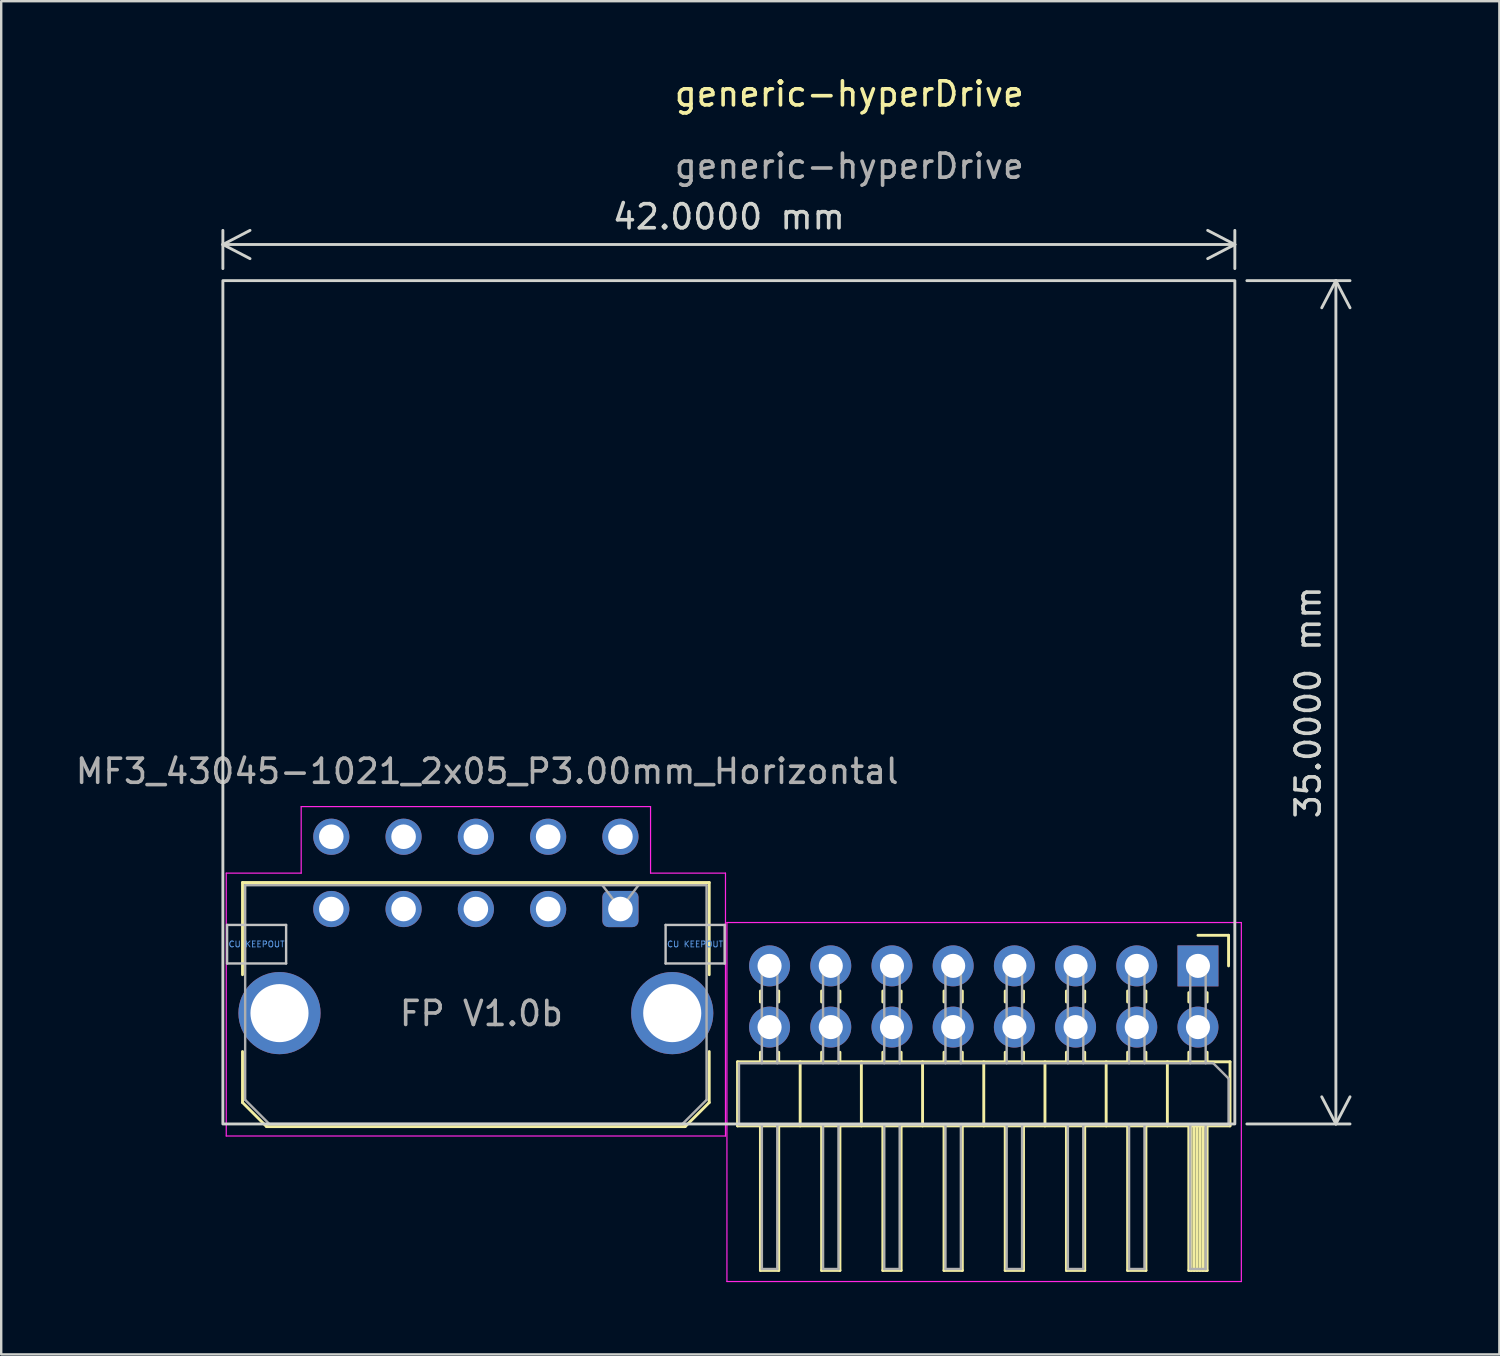
<source format=kicad_pcb>
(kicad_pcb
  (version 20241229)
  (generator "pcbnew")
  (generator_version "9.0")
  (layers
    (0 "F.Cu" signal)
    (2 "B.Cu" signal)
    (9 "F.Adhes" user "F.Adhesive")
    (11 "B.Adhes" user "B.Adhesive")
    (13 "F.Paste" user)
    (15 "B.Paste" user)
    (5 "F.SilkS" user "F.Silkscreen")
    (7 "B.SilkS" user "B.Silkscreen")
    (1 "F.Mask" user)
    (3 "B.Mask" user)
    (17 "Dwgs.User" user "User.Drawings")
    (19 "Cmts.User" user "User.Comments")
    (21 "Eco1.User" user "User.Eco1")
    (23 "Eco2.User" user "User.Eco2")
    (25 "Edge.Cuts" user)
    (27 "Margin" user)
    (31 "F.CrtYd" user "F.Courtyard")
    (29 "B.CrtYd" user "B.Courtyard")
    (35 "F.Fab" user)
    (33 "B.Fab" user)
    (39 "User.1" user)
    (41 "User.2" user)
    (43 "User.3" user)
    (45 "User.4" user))
  (footprint "generic-hyperDrive"
    (layer "F.Cu")
    (at 32.2 1.348)
    (property "Reference" "generic-hyperDrive" (at 0 -0.5 0) (unlocked yes) (layer "F.SilkS") (effects (font (size 1 1) (thickness 0.15))))
    (attr through_hole)
    (fp_line (start -25.185 32.23) (end -25.185 36.055) (stroke (width 0.12) (type solid)) (layer "F.SilkS"))
    (fp_line (start -25.185 41.36) (end -25.185 39.245) (stroke (width 0.12) (type solid)) (layer "F.SilkS"))
    (fp_line (start -24.185 42.36) (end -25.185 41.36) (stroke (width 0.12) (type solid)) (layer "F.SilkS"))
    (fp_line (start -6.815 42.36) (end -24.185 42.36) (stroke (width 0.12) (type solid)) (layer "F.SilkS"))
    (fp_line (start -5.815 32.23) (end -25.185 32.23) (stroke (width 0.12) (type solid)) (layer "F.SilkS"))
    (fp_line (start -5.815 36.055) (end -5.815 32.23) (stroke (width 0.12) (type solid)) (layer "F.SilkS"))
    (fp_line (start -5.815 39.245) (end -5.815 41.36) (stroke (width 0.12) (type solid)) (layer "F.SilkS"))
    (fp_line (start -5.815 41.36) (end -6.815 42.36) (stroke (width 0.12) (type solid)) (layer "F.SilkS"))
    (fp_line (start -4.64 39.67) (end -4.64 42.33) (stroke (width 0.12) (type solid)) (layer "F.SilkS"))
    (fp_line (start -4.64 42.33) (end 15.8 42.33) (stroke (width 0.12) (type solid)) (layer "F.SilkS"))
    (fp_line (start -3.69 36.733) (end -3.69 37.187) (stroke (width 0.12) (type solid)) (layer "F.SilkS"))
    (fp_line (start -3.69 39.273) (end -3.69 39.67) (stroke (width 0.12) (type solid)) (layer "F.SilkS"))
    (fp_line (start -3.69 48.33) (end -3.69 42.33) (stroke (width 0.12) (type solid)) (layer "F.SilkS"))
    (fp_line (start -2.93 36.733) (end -2.93 37.187) (stroke (width 0.12) (type solid)) (layer "F.SilkS"))
    (fp_line (start -2.93 39.273) (end -2.93 39.67) (stroke (width 0.12) (type solid)) (layer "F.SilkS"))
    (fp_line (start -2.93 42.33) (end -2.93 48.33) (stroke (width 0.12) (type solid)) (layer "F.SilkS"))
    (fp_line (start -2.93 48.33) (end -3.69 48.33) (stroke (width 0.12) (type solid)) (layer "F.SilkS"))
    (fp_line (start -2.04 39.67) (end -2.04 42.33) (stroke (width 0.12) (type solid)) (layer "F.SilkS"))
    (fp_line (start -1.15 36.733) (end -1.15 37.187) (stroke (width 0.12) (type solid)) (layer "F.SilkS"))
    (fp_line (start -1.15 39.273) (end -1.15 39.67) (stroke (width 0.12) (type solid)) (layer "F.SilkS"))
    (fp_line (start -1.15 48.33) (end -1.15 42.33) (stroke (width 0.12) (type solid)) (layer "F.SilkS"))
    (fp_line (start -0.39 36.733) (end -0.39 37.187) (stroke (width 0.12) (type solid)) (layer "F.SilkS"))
    (fp_line (start -0.39 39.273) (end -0.39 39.67) (stroke (width 0.12) (type solid)) (layer "F.SilkS"))
    (fp_line (start -0.39 42.33) (end -0.39 48.33) (stroke (width 0.12) (type solid)) (layer "F.SilkS"))
    (fp_line (start -0.39 48.33) (end -1.15 48.33) (stroke (width 0.12) (type solid)) (layer "F.SilkS"))
    (fp_line (start 0.5 39.67) (end 0.5 42.33) (stroke (width 0.12) (type solid)) (layer "F.SilkS"))
    (fp_line (start 1.39 36.733) (end 1.39 37.187) (stroke (width 0.12) (type solid)) (layer "F.SilkS"))
    (fp_line (start 1.39 39.273) (end 1.39 39.67) (stroke (width 0.12) (type solid)) (layer "F.SilkS"))
    (fp_line (start 1.39 48.33) (end 1.39 42.33) (stroke (width 0.12) (type solid)) (layer "F.SilkS"))
    (fp_line (start 2.15 36.733) (end 2.15 37.187) (stroke (width 0.12) (type solid)) (layer "F.SilkS"))
    (fp_line (start 2.15 39.273) (end 2.15 39.67) (stroke (width 0.12) (type solid)) (layer "F.SilkS"))
    (fp_line (start 2.15 42.33) (end 2.15 48.33) (stroke (width 0.12) (type solid)) (layer "F.SilkS"))
    (fp_line (start 2.15 48.33) (end 1.39 48.33) (stroke (width 0.12) (type solid)) (layer "F.SilkS"))
    (fp_line (start 3.04 39.67) (end 3.04 42.33) (stroke (width 0.12) (type solid)) (layer "F.SilkS"))
    (fp_line (start 3.93 36.733) (end 3.93 37.187) (stroke (width 0.12) (type solid)) (layer "F.SilkS"))
    (fp_line (start 3.93 39.273) (end 3.93 39.67) (stroke (width 0.12) (type solid)) (layer "F.SilkS"))
    (fp_line (start 3.93 48.33) (end 3.93 42.33) (stroke (width 0.12) (type solid)) (layer "F.SilkS"))
    (fp_line (start 4.69 36.733) (end 4.69 37.187) (stroke (width 0.12) (type solid)) (layer "F.SilkS"))
    (fp_line (start 4.69 39.273) (end 4.69 39.67) (stroke (width 0.12) (type solid)) (layer "F.SilkS"))
    (fp_line (start 4.69 42.33) (end 4.69 48.33) (stroke (width 0.12) (type solid)) (layer "F.SilkS"))
    (fp_line (start 4.69 48.33) (end 3.93 48.33) (stroke (width 0.12) (type solid)) (layer "F.SilkS"))
    (fp_line (start 5.58 39.67) (end 5.58 42.33) (stroke (width 0.12) (type solid)) (layer "F.SilkS"))
    (fp_line (start 6.47 36.733) (end 6.47 37.187) (stroke (width 0.12) (type solid)) (layer "F.SilkS"))
    (fp_line (start 6.47 39.273) (end 6.47 39.67) (stroke (width 0.12) (type solid)) (layer "F.SilkS"))
    (fp_line (start 6.47 48.33) (end 6.47 42.33) (stroke (width 0.12) (type solid)) (layer "F.SilkS"))
    (fp_line (start 7.23 36.733) (end 7.23 37.187) (stroke (width 0.12) (type solid)) (layer "F.SilkS"))
    (fp_line (start 7.23 39.273) (end 7.23 39.67) (stroke (width 0.12) (type solid)) (layer "F.SilkS"))
    (fp_line (start 7.23 42.33) (end 7.23 48.33) (stroke (width 0.12) (type solid)) (layer "F.SilkS"))
    (fp_line (start 7.23 48.33) (end 6.47 48.33) (stroke (width 0.12) (type solid)) (layer "F.SilkS"))
    (fp_line (start 8.12 39.67) (end 8.12 42.33) (stroke (width 0.12) (type solid)) (layer "F.SilkS"))
    (fp_line (start 9.01 36.733) (end 9.01 37.187) (stroke (width 0.12) (type solid)) (layer "F.SilkS"))
    (fp_line (start 9.01 39.273) (end 9.01 39.67) (stroke (width 0.12) (type solid)) (layer "F.SilkS"))
    (fp_line (start 9.01 48.33) (end 9.01 42.33) (stroke (width 0.12) (type solid)) (layer "F.SilkS"))
    (fp_line (start 9.77 36.733) (end 9.77 37.187) (stroke (width 0.12) (type solid)) (layer "F.SilkS"))
    (fp_line (start 9.77 39.273) (end 9.77 39.67) (stroke (width 0.12) (type solid)) (layer "F.SilkS"))
    (fp_line (start 9.77 42.33) (end 9.77 48.33) (stroke (width 0.12) (type solid)) (layer "F.SilkS"))
    (fp_line (start 9.77 48.33) (end 9.01 48.33) (stroke (width 0.12) (type solid)) (layer "F.SilkS"))
    (fp_line (start 10.66 39.67) (end 10.66 42.33) (stroke (width 0.12) (type solid)) (layer "F.SilkS"))
    (fp_line (start 11.55 36.733) (end 11.55 37.187) (stroke (width 0.12) (type solid)) (layer "F.SilkS"))
    (fp_line (start 11.55 39.273) (end 11.55 39.67) (stroke (width 0.12) (type solid)) (layer "F.SilkS"))
    (fp_line (start 11.55 48.33) (end 11.55 42.33) (stroke (width 0.12) (type solid)) (layer "F.SilkS"))
    (fp_line (start 12.31 36.733) (end 12.31 37.187) (stroke (width 0.12) (type solid)) (layer "F.SilkS"))
    (fp_line (start 12.31 39.273) (end 12.31 39.67) (stroke (width 0.12) (type solid)) (layer "F.SilkS"))
    (fp_line (start 12.31 42.33) (end 12.31 48.33) (stroke (width 0.12) (type solid)) (layer "F.SilkS"))
    (fp_line (start 12.31 48.33) (end 11.55 48.33) (stroke (width 0.12) (type solid)) (layer "F.SilkS"))
    (fp_line (start 13.2 39.67) (end 13.2 42.33) (stroke (width 0.12) (type solid)) (layer "F.SilkS"))
    (fp_line (start 14.09 36.8) (end 14.09 37.187) (stroke (width 0.12) (type solid)) (layer "F.SilkS"))
    (fp_line (start 14.09 39.273) (end 14.09 39.67) (stroke (width 0.12) (type solid)) (layer "F.SilkS"))
    (fp_line (start 14.09 48.33) (end 14.09 42.33) (stroke (width 0.12) (type solid)) (layer "F.SilkS"))
    (fp_line (start 14.19 42.33) (end 14.19 48.33) (stroke (width 0.12) (type solid)) (layer "F.SilkS"))
    (fp_line (start 14.31 42.33) (end 14.31 48.33) (stroke (width 0.12) (type solid)) (layer "F.SilkS"))
    (fp_line (start 14.43 42.33) (end 14.43 48.33) (stroke (width 0.12) (type solid)) (layer "F.SilkS"))
    (fp_line (start 14.47 34.42) (end 15.74 34.42) (stroke (width 0.12) (type solid)) (layer "F.SilkS"))
    (fp_line (start 14.55 42.33) (end 14.55 48.33) (stroke (width 0.12) (type solid)) (layer "F.SilkS"))
    (fp_line (start 14.67 42.33) (end 14.67 48.33) (stroke (width 0.12) (type solid)) (layer "F.SilkS"))
    (fp_line (start 14.79 42.33) (end 14.79 48.33) (stroke (width 0.12) (type solid)) (layer "F.SilkS"))
    (fp_line (start 14.85 36.8) (end 14.85 37.187) (stroke (width 0.12) (type solid)) (layer "F.SilkS"))
    (fp_line (start 14.85 39.273) (end 14.85 39.67) (stroke (width 0.12) (type solid)) (layer "F.SilkS"))
    (fp_line (start 14.85 42.33) (end 14.85 48.33) (stroke (width 0.12) (type solid)) (layer "F.SilkS"))
    (fp_line (start 14.85 48.33) (end 14.09 48.33) (stroke (width 0.12) (type solid)) (layer "F.SilkS"))
    (fp_line (start 15.74 34.42) (end 15.74 35.69) (stroke (width 0.12) (type solid)) (layer "F.SilkS"))
    (fp_line (start 15.8 39.67) (end -4.64 39.67) (stroke (width 0.12) (type solid)) (layer "F.SilkS"))
    (fp_line (start 15.8 42.33) (end 15.8 39.67) (stroke (width 0.12) (type solid)) (layer "F.SilkS"))
    (fp_line (start -25.825 33.99) (end -25.825 35.59) (stroke (width 0.1) (type solid)) (layer "Dwgs.User"))
    (fp_line (start -25.825 35.59) (end -23.375 35.59) (stroke (width 0.1) (type solid)) (layer "Dwgs.User"))
    (fp_line (start -23.375 33.99) (end -25.825 33.99) (stroke (width 0.1) (type solid)) (layer "Dwgs.User"))
    (fp_line (start -23.375 35.59) (end -23.375 33.99) (stroke (width 0.1) (type solid)) (layer "Dwgs.User"))
    (fp_line (start -7.625 33.99) (end -7.625 35.59) (stroke (width 0.1) (type solid)) (layer "Dwgs.User"))
    (fp_line (start -7.625 35.59) (end -5.175 35.59) (stroke (width 0.1) (type solid)) (layer "Dwgs.User"))
    (fp_line (start -5.175 33.99) (end -7.625 33.99) (stroke (width 0.1) (type solid)) (layer "Dwgs.User"))
    (fp_line (start -5.175 35.59) (end -5.175 33.99) (stroke (width 0.1) (type solid)) (layer "Dwgs.User"))
    (fp_rect (start -26 7.25) (end 16 42.25) (stroke (width 0.12) (type default)) (fill no) (layer "Edge.Cuts"))
    (fp_line (start -25.86 31.84) (end -22.75 31.84) (stroke (width 0.05) (type solid)) (layer "F.CrtYd"))
    (fp_line (start -25.86 42.75) (end -25.86 31.84) (stroke (width 0.05) (type solid)) (layer "F.CrtYd"))
    (fp_line (start -22.75 29.08) (end -8.25 29.08) (stroke (width 0.05) (type solid)) (layer "F.CrtYd"))
    (fp_line (start -22.75 31.84) (end -22.75 29.08) (stroke (width 0.05) (type solid)) (layer "F.CrtYd"))
    (fp_line (start -8.25 29.08) (end -8.25 31.84) (stroke (width 0.05) (type solid)) (layer "F.CrtYd"))
    (fp_line (start -8.25 31.84) (end -5.14 31.84) (stroke (width 0.05) (type solid)) (layer "F.CrtYd"))
    (fp_line (start -5.14 31.84) (end -5.14 42.75) (stroke (width 0.05) (type solid)) (layer "F.CrtYd"))
    (fp_line (start -5.14 42.75) (end -25.86 42.75) (stroke (width 0.05) (type solid)) (layer "F.CrtYd"))
    (fp_line (start -5.08 33.89) (end -5.08 48.79) (stroke (width 0.05) (type solid)) (layer "F.CrtYd"))
    (fp_line (start -5.08 48.79) (end 16.27 48.79) (stroke (width 0.05) (type solid)) (layer "F.CrtYd"))
    (fp_line (start 16.27 33.89) (end -5.08 33.89) (stroke (width 0.05) (type solid)) (layer "F.CrtYd"))
    (fp_line (start 16.27 48.79) (end 16.27 33.89) (stroke (width 0.05) (type solid)) (layer "F.CrtYd"))
    (fp_line (start -25.075 32.34) (end -5.925 32.34) (stroke (width 0.1) (type solid)) (layer "F.Fab"))
    (fp_line (start -25.075 41.25) (end -25.075 32.34) (stroke (width 0.1) (type solid)) (layer "F.Fab"))
    (fp_line (start -24.075 42.25) (end -25.075 41.25) (stroke (width 0.1) (type solid)) (layer "F.Fab"))
    (fp_line (start -9.5 33.33) (end -10.25 32.34) (stroke (width 0.1) (type solid)) (layer "F.Fab"))
    (fp_line (start -8.75 32.34) (end -9.5 33.33) (stroke (width 0.1) (type solid)) (layer "F.Fab"))
    (fp_line (start -6.925 42.25) (end -24.075 42.25) (stroke (width 0.1) (type solid)) (layer "F.Fab"))
    (fp_line (start -5.925 32.34) (end -5.925 41.25) (stroke (width 0.1) (type solid)) (layer "F.Fab"))
    (fp_line (start -5.925 41.25) (end -6.925 42.25) (stroke (width 0.1) (type solid)) (layer "F.Fab"))
    (fp_line (start -4.58 39.73) (end 15.105 39.73) (stroke (width 0.1) (type solid)) (layer "F.Fab"))
    (fp_line (start -4.58 42.27) (end -4.58 39.73) (stroke (width 0.1) (type solid)) (layer "F.Fab"))
    (fp_line (start -3.63 35.37) (end -3.63 39.73) (stroke (width 0.1) (type solid)) (layer "F.Fab"))
    (fp_line (start -3.63 42.27) (end -3.63 48.27) (stroke (width 0.1) (type solid)) (layer "F.Fab"))
    (fp_line (start -2.99 35.37) (end -3.63 35.37) (stroke (width 0.1) (type solid)) (layer "F.Fab"))
    (fp_line (start -2.99 35.37) (end -2.99 39.73) (stroke (width 0.1) (type solid)) (layer "F.Fab"))
    (fp_line (start -2.99 42.27) (end -2.99 48.27) (stroke (width 0.1) (type solid)) (layer "F.Fab"))
    (fp_line (start -2.99 48.27) (end -3.63 48.27) (stroke (width 0.1) (type solid)) (layer "F.Fab"))
    (fp_line (start -1.09 35.37) (end -1.09 39.73) (stroke (width 0.1) (type solid)) (layer "F.Fab"))
    (fp_line (start -1.09 42.27) (end -1.09 48.27) (stroke (width 0.1) (type solid)) (layer "F.Fab"))
    (fp_line (start -0.45 35.37) (end -1.09 35.37) (stroke (width 0.1) (type solid)) (layer "F.Fab"))
    (fp_line (start -0.45 35.37) (end -0.45 39.73) (stroke (width 0.1) (type solid)) (layer "F.Fab"))
    (fp_line (start -0.45 42.27) (end -0.45 48.27) (stroke (width 0.1) (type solid)) (layer "F.Fab"))
    (fp_line (start -0.45 48.27) (end -1.09 48.27) (stroke (width 0.1) (type solid)) (layer "F.Fab"))
    (fp_line (start 1.45 35.37) (end 1.45 39.73) (stroke (width 0.1) (type solid)) (layer "F.Fab"))
    (fp_line (start 1.45 42.27) (end 1.45 48.27) (stroke (width 0.1) (type solid)) (layer "F.Fab"))
    (fp_line (start 2.09 35.37) (end 1.45 35.37) (stroke (width 0.1) (type solid)) (layer "F.Fab"))
    (fp_line (start 2.09 35.37) (end 2.09 39.73) (stroke (width 0.1) (type solid)) (layer "F.Fab"))
    (fp_line (start 2.09 42.27) (end 2.09 48.27) (stroke (width 0.1) (type solid)) (layer "F.Fab"))
    (fp_line (start 2.09 48.27) (end 1.45 48.27) (stroke (width 0.1) (type solid)) (layer "F.Fab"))
    (fp_line (start 3.99 35.37) (end 3.99 39.73) (stroke (width 0.1) (type solid)) (layer "F.Fab"))
    (fp_line (start 3.99 42.27) (end 3.99 48.27) (stroke (width 0.1) (type solid)) (layer "F.Fab"))
    (fp_line (start 4.63 35.37) (end 3.99 35.37) (stroke (width 0.1) (type solid)) (layer "F.Fab"))
    (fp_line (start 4.63 35.37) (end 4.63 39.73) (stroke (width 0.1) (type solid)) (layer "F.Fab"))
    (fp_line (start 4.63 42.27) (end 4.63 48.27) (stroke (width 0.1) (type solid)) (layer "F.Fab"))
    (fp_line (start 4.63 48.27) (end 3.99 48.27) (stroke (width 0.1) (type solid)) (layer "F.Fab"))
    (fp_line (start 6.53 35.37) (end 6.53 39.73) (stroke (width 0.1) (type solid)) (layer "F.Fab"))
    (fp_line (start 6.53 42.27) (end 6.53 48.27) (stroke (width 0.1) (type solid)) (layer "F.Fab"))
    (fp_line (start 7.17 35.37) (end 6.53 35.37) (stroke (width 0.1) (type solid)) (layer "F.Fab"))
    (fp_line (start 7.17 35.37) (end 7.17 39.73) (stroke (width 0.1) (type solid)) (layer "F.Fab"))
    (fp_line (start 7.17 42.27) (end 7.17 48.27) (stroke (width 0.1) (type solid)) (layer "F.Fab"))
    (fp_line (start 7.17 48.27) (end 6.53 48.27) (stroke (width 0.1) (type solid)) (layer "F.Fab"))
    (fp_line (start 9.07 35.37) (end 9.07 39.73) (stroke (width 0.1) (type solid)) (layer "F.Fab"))
    (fp_line (start 9.07 42.27) (end 9.07 48.27) (stroke (width 0.1) (type solid)) (layer "F.Fab"))
    (fp_line (start 9.71 35.37) (end 9.07 35.37) (stroke (width 0.1) (type solid)) (layer "F.Fab"))
    (fp_line (start 9.71 35.37) (end 9.71 39.73) (stroke (width 0.1) (type solid)) (layer "F.Fab"))
    (fp_line (start 9.71 42.27) (end 9.71 48.27) (stroke (width 0.1) (type solid)) (layer "F.Fab"))
    (fp_line (start 9.71 48.27) (end 9.07 48.27) (stroke (width 0.1) (type solid)) (layer "F.Fab"))
    (fp_line (start 11.61 35.37) (end 11.61 39.73) (stroke (width 0.1) (type solid)) (layer "F.Fab"))
    (fp_line (start 11.61 42.27) (end 11.61 48.27) (stroke (width 0.1) (type solid)) (layer "F.Fab"))
    (fp_line (start 12.25 35.37) (end 11.61 35.37) (stroke (width 0.1) (type solid)) (layer "F.Fab"))
    (fp_line (start 12.25 35.37) (end 12.25 39.73) (stroke (width 0.1) (type solid)) (layer "F.Fab"))
    (fp_line (start 12.25 42.27) (end 12.25 48.27) (stroke (width 0.1) (type solid)) (layer "F.Fab"))
    (fp_line (start 12.25 48.27) (end 11.61 48.27) (stroke (width 0.1) (type solid)) (layer "F.Fab"))
    (fp_line (start 14.15 35.37) (end 14.15 39.73) (stroke (width 0.1) (type solid)) (layer "F.Fab"))
    (fp_line (start 14.15 42.27) (end 14.15 48.27) (stroke (width 0.1) (type solid)) (layer "F.Fab"))
    (fp_line (start 14.79 35.37) (end 14.15 35.37) (stroke (width 0.1) (type solid)) (layer "F.Fab"))
    (fp_line (start 14.79 35.37) (end 14.79 39.73) (stroke (width 0.1) (type solid)) (layer "F.Fab"))
    (fp_line (start 14.79 42.27) (end 14.79 48.27) (stroke (width 0.1) (type solid)) (layer "F.Fab"))
    (fp_line (start 14.79 48.27) (end 14.15 48.27) (stroke (width 0.1) (type solid)) (layer "F.Fab"))
    (fp_line (start 15.105 39.73) (end 15.74 40.365) (stroke (width 0.1) (type solid)) (layer "F.Fab"))
    (fp_line (start 15.74 40.365) (end 15.74 42.27) (stroke (width 0.1) (type solid)) (layer "F.Fab"))
    (fp_line (start 15.74 42.27) (end -4.58 42.27) (stroke (width 0.1) (type solid)) (layer "F.Fab"))
    (fp_text user "CU KEEPOUT" (at -24.6 34.79 180) (layer "Cmts.User") (effects (font (size 0.245 0.245) (thickness 0.037))))
    (fp_text user "CU KEEPOUT" (at -6.4 34.79 180) (layer "Cmts.User") (effects (font (size 0.245 0.245) (thickness 0.037))))
    (fp_text user "MF3_43045-1021_2x05_P3.00mm_Horizontal" (at -32.2 28.2 0) (unlocked yes) (layer "F.Fab") (effects (font (size 1 1) (thickness 0.15)) (justify left bottom)))
    (fp_text user "${REFERENCE}" (at 0 2.5 0) (unlocked yes) (layer "F.Fab") (effects (font (size 1 1) (thickness 0.15))))
    (fp_text user "FP V1.0b" (at -18.75 38.25 0) (unlocked yes) (layer "F.Fab") (effects (font (size 1 1) (thickness 0.15)) (justify left bottom)))
    (dimension (type aligned) (layer "Edge.Cuts") (pts (xy 6.2 8.598) (xy 48.2 8.598)) (height -1.5) (format (prefix "") (suffix "") (units 3) (units_format 1) (precision 4)) (style (thickness 0.12) (arrow_length 1.27) (text_position_mode 0) (arrow_direction outward) (extension_height 0.586) (extension_offset 0.5) (keep_text_aligned yes)) (gr_text "42.0000 mm" (at 27.2 5.948 0) (layer "Edge.Cuts") (effects (font (size 1 1) (thickness 0.15)))))
    (dimension (type aligned) (layer "Edge.Cuts") (pts (xy 48.2 43.598) (xy 48.2 8.598)) (height 4.194) (format (prefix "") (suffix "") (units 3) (units_format 1) (precision 4)) (style (thickness 0.12) (arrow_length 1.27) (text_position_mode 0) (arrow_direction outward) (extension_height 0.586) (extension_offset 0.5) (keep_text_aligned yes)) (gr_text "35.0000 mm" (at 51.244 26.098 90) (layer "Edge.Cuts") (effects (font (size 1 1) (thickness 0.15)))))
    (pad "1a" thru_hole roundrect (at -9.5 33.33 180) (size 1.5 1.5) (drill 1.02) (layers "*.Cu" "*.Mask") (roundrect_rratio 0.167))
    (pad "1b" thru_hole rect (at 14.47 35.69 270) (size 1.7 1.7) (drill 1) (layers "*.Cu" "*.Mask"))
    (pad "2a" thru_hole circle (at -12.5 33.33 180) (size 1.5 1.5) (drill 1.02) (layers "*.Cu" "*.Mask"))
    (pad "2b" thru_hole oval (at 14.47 38.23 270) (size 1.7 1.7) (drill 1) (layers "*.Cu" "*.Mask"))
    (pad "3a" thru_hole circle (at -15.5 33.33 180) (size 1.5 1.5) (drill 1.02) (layers "*.Cu" "*.Mask"))
    (pad "3b" thru_hole oval (at 11.93 35.69 270) (size 1.7 1.7) (drill 1) (layers "*.Cu" "*.Mask"))
    (pad "4a" thru_hole circle (at -18.5 33.33 180) (size 1.5 1.5) (drill 1.02) (layers "*.Cu" "*.Mask"))
    (pad "4b" thru_hole oval (at 11.93 38.23 270) (size 1.7 1.7) (drill 1) (layers "*.Cu" "*.Mask"))
    (pad "5a" thru_hole circle (at -21.5 33.33 180) (size 1.5 1.5) (drill 1.02) (layers "*.Cu" "*.Mask"))
    (pad "5b" thru_hole oval (at 9.39 35.69 270) (size 1.7 1.7) (drill 1) (layers "*.Cu" "*.Mask"))
    (pad "6a" thru_hole circle (at -9.5 30.33 180) (size 1.5 1.5) (drill 1.02) (layers "*.Cu" "*.Mask"))
    (pad "6b" thru_hole oval (at 9.39 38.23 270) (size 1.7 1.7) (drill 1) (layers "*.Cu" "*.Mask"))
    (pad "7a" thru_hole circle (at -12.5 30.33 180) (size 1.5 1.5) (drill 1.02) (layers "*.Cu" "*.Mask"))
    (pad "7b" thru_hole oval (at 6.85 35.69 270) (size 1.7 1.7) (drill 1) (layers "*.Cu" "*.Mask"))
    (pad "8a" thru_hole circle (at -15.5 30.33 180) (size 1.5 1.5) (drill 1.02) (layers "*.Cu" "*.Mask"))
    (pad "8b" thru_hole oval (at 6.85 38.23 270) (size 1.7 1.7) (drill 1) (layers "*.Cu" "*.Mask"))
    (pad "9a" thru_hole circle (at -18.5 30.33 180) (size 1.5 1.5) (drill 1.02) (layers "*.Cu" "*.Mask"))
    (pad "9b" thru_hole oval (at 4.31 35.69 270) (size 1.7 1.7) (drill 1) (layers "*.Cu" "*.Mask" "F.Paste"))
    (pad "10a" thru_hole circle (at -21.5 30.33 180) (size 1.5 1.5) (drill 1.02) (layers "*.Cu" "*.Mask"))
    (pad "10b" thru_hole oval (at 4.31 38.23 270) (size 1.7 1.7) (drill 1) (layers "*.Cu" "*.Mask"))
    (pad "11b" thru_hole oval (at 1.77 35.69 270) (size 1.7 1.7) (drill 1) (layers "*.Cu" "*.Mask"))
    (pad "12b" thru_hole oval (at 1.77 38.23 270) (size 1.7 1.7) (drill 1) (layers "*.Cu" "*.Mask"))
    (pad "13b" thru_hole oval (at -0.77 35.69 270) (size 1.7 1.7) (drill 1) (layers "*.Cu" "*.Mask"))
    (pad "14b" thru_hole oval (at -0.77 38.23 270) (size 1.7 1.7) (drill 1) (layers "*.Cu" "*.Mask"))
    (pad "15b" thru_hole oval (at -3.31 35.69 270) (size 1.7 1.7) (drill 1) (layers "*.Cu" "*.Mask"))
    (pad "16b" thru_hole oval (at -3.31 38.23 270) (size 1.7 1.7) (drill 1) (layers "*.Cu" "*.Mask"))
    (pad "MP" thru_hole circle (at -23.65 37.65 180) (size 3.41 3.41) (drill 2.41) (layers "*.Cu" "*.Mask"))
    (pad "MP" thru_hole circle (at -7.35 37.65 180) (size 3.41 3.41) (drill 2.41) (layers "*.Cu" "*.Mask")))
  (gr_rect
    (start -3 -3)
    (end 59.179 53.163)
    (stroke (width 0.1) (type default))
    (fill no)
    (layer "Edge.Cuts")))
</source>
